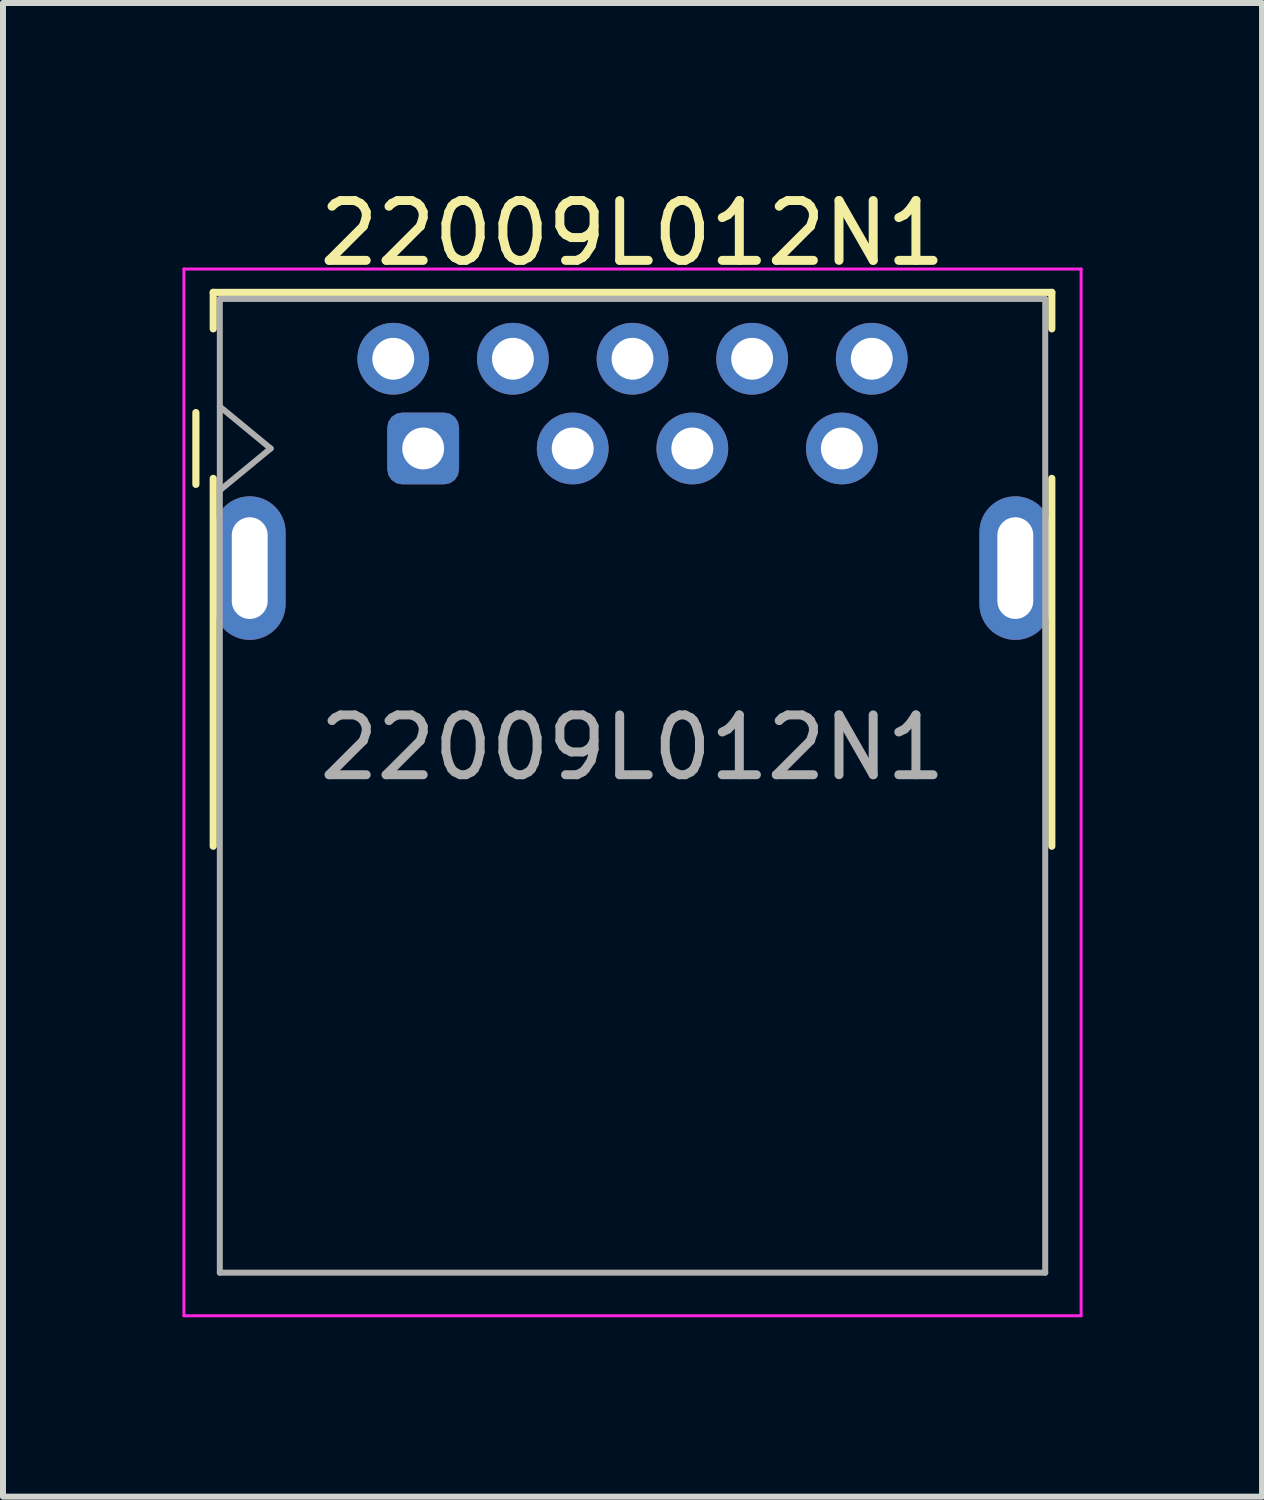
<source format=kicad_pcb>
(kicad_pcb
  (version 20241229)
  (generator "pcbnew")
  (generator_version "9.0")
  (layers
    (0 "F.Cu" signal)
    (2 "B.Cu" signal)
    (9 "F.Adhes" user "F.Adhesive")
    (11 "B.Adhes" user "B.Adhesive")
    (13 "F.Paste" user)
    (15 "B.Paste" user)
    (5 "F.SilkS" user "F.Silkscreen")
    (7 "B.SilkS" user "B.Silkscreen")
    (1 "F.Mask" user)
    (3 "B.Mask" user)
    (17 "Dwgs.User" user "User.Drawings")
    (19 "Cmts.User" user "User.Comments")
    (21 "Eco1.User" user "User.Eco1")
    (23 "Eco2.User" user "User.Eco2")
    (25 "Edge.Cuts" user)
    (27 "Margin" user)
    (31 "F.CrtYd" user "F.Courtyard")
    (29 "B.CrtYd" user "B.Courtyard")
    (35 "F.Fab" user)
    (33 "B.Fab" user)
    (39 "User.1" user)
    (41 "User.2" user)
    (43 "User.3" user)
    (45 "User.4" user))
  (footprint "22009L012N1"
    (layer "F.Cu")
    (at 4.025 4.448)
    (property "Reference" "22009L012N1" (at 3.5 -3.6 0) (layer "F.SilkS") (effects (font (size 1 1) (thickness 0.15))))
    (attr through_hole)
    (fp_line (start -3.8 -0.6) (end -3.8 0.6) (stroke (width 0.12) (type default)) (layer "F.SilkS"))
    (fp_line (start -3.51 -2.61) (end -3.51 -2) (stroke (width 0.12) (type solid)) (layer "F.SilkS"))
    (fp_line (start -3.51 -2.61) (end 10.51 -2.61) (stroke (width 0.12) (type solid)) (layer "F.SilkS"))
    (fp_line (start -3.51 6.65) (end -3.51 0.5) (stroke (width 0.12) (type solid)) (layer "F.SilkS"))
    (fp_line (start 10.51 -2.61) (end 10.51 -2) (stroke (width 0.12) (type solid)) (layer "F.SilkS"))
    (fp_line (start 10.51 6.65) (end 10.51 0.5) (stroke (width 0.12) (type solid)) (layer "F.SilkS"))
    (fp_line (start -4 -3) (end 11 -3) (stroke (width 0.05) (type solid)) (layer "F.CrtYd"))
    (fp_line (start -4 14.5) (end -4 -3) (stroke (width 0.05) (type solid)) (layer "F.CrtYd"))
    (fp_line (start 11 -3) (end 11 14.5) (stroke (width 0.05) (type solid)) (layer "F.CrtYd"))
    (fp_line (start 11 14.5) (end -4 14.5) (stroke (width 0.05) (type solid)) (layer "F.CrtYd"))
    (fp_line (start -3.4 -2.5) (end 10.4 -2.5) (stroke (width 0.1) (type solid)) (layer "F.Fab"))
    (fp_line (start -3.4 -0.7) (end -2.55 0) (stroke (width 0.1) (type default)) (layer "F.Fab"))
    (fp_line (start -3.4 0.7) (end -2.55 0) (stroke (width 0.1) (type default)) (layer "F.Fab"))
    (fp_line (start -3.4 13.78) (end -3.4 -2.5) (stroke (width 0.1) (type solid)) (layer "F.Fab"))
    (fp_line (start 10.4 -2.5) (end 10.4 13.78) (stroke (width 0.1) (type solid)) (layer "F.Fab"))
    (fp_line (start 10.4 13.78) (end -3.4 13.78) (stroke (width 0.1) (type solid)) (layer "F.Fab"))
    (fp_text user "${REFERENCE}" (at 3.5 5 0) (layer "F.Fab") (effects (font (size 1 1) (thickness 0.15))))
    (pad "1" thru_hole roundrect (at 0 0) (size 1.2 1.2) (drill 0.7) (layers "*.Cu" "*.Mask") (roundrect_rratio 0.208))
    (pad "2" thru_hole circle (at 2.5 0) (size 1.2 1.2) (drill 0.7) (layers "*.Cu" "*.Mask"))
    (pad "3" thru_hole circle (at 4.5 0) (size 1.2 1.2) (drill 0.7) (layers "*.Cu" "*.Mask"))
    (pad "4" thru_hole circle (at 7 0) (size 1.2 1.2) (drill 0.7) (layers "*.Cu" "*.Mask"))
    (pad "5" thru_hole circle (at 7.5 -1.5) (size 1.2 1.2) (drill 0.7) (layers "*.Cu" "*.Mask"))
    (pad "6" thru_hole circle (at 5.5 -1.5) (size 1.2 1.2) (drill 0.7) (layers "*.Cu" "*.Mask"))
    (pad "7" thru_hole circle (at 3.5 -1.5) (size 1.2 1.2) (drill 0.7) (layers "*.Cu" "*.Mask"))
    (pad "8" thru_hole circle (at 1.5 -1.5) (size 1.2 1.2) (drill 0.7) (layers "*.Cu" "*.Mask"))
    (pad "9" thru_hole circle (at -0.5 -1.5) (size 1.2 1.2) (drill 0.7) (layers "*.Cu" "*.Mask"))
    (pad "10" thru_hole oval (at -2.9 2) (size 1.2 2.4) (drill oval 0.6 1.7) (layers "*.Cu" "*.Mask"))
    (pad "10" thru_hole oval (at 9.9 2) (size 1.2 2.4) (drill oval 0.6 1.7) (layers "*.Cu" "*.Mask")))
  (gr_rect
    (start -3 -3)
    (end 18.05 21.973)
    (stroke (width 0.1) (type default))
    (fill no)
    (layer "Edge.Cuts")))
</source>
